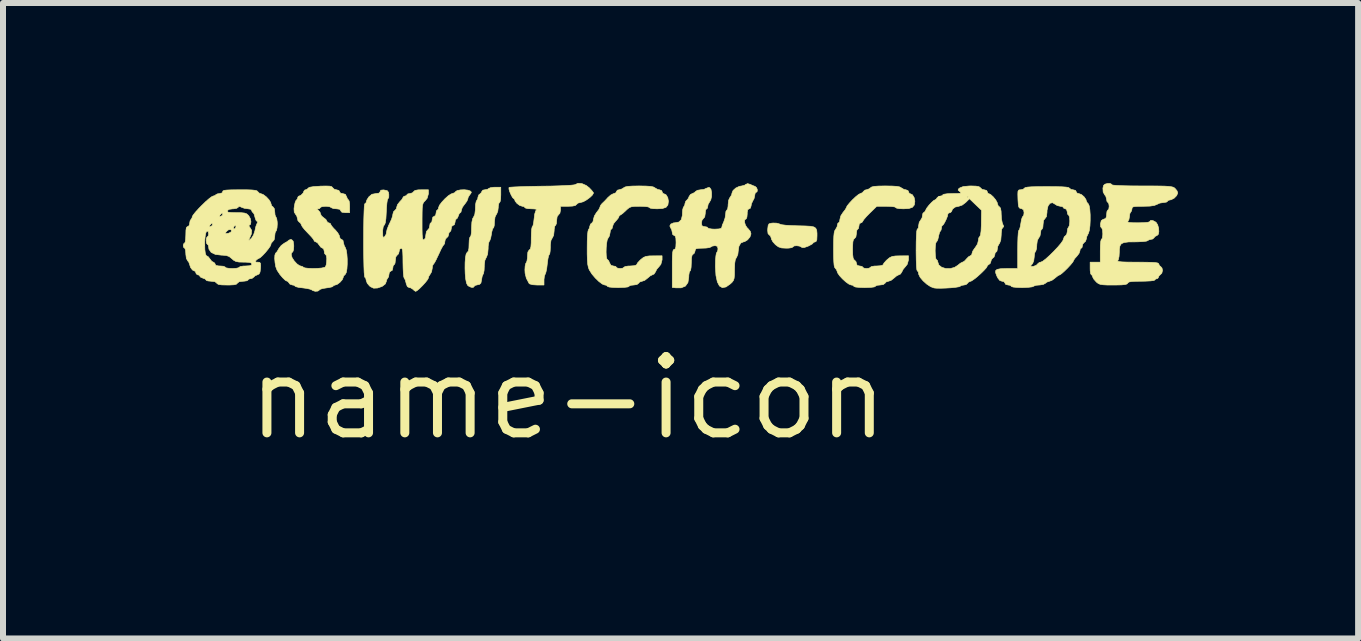
<source format=kicad_pcb>
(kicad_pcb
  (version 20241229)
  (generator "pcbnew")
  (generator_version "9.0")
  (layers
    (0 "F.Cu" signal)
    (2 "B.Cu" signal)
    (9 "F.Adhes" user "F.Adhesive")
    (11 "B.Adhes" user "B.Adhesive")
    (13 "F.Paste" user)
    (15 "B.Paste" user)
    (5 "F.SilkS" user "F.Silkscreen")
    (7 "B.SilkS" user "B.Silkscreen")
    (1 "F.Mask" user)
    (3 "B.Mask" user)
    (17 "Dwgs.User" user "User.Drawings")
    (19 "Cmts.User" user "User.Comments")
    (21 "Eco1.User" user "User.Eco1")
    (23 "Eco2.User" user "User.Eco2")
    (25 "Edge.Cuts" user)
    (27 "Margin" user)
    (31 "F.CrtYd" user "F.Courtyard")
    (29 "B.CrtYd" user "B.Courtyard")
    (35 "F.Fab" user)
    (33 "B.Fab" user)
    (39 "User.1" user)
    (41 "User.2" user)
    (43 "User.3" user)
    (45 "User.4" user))
  (footprint "name-icon"
    (layer "F.Cu")
    (at 6.418 3.584)
    (property "Reference" "name-icon" (at 0 0 0) (layer "F.SilkS") (effects (font (size 1.27 1.27) (thickness 0.15))))
    (attr through_hole)
    (fp_poly (pts (xy 3.475 -2.915) (xy 3.52 -2.903) (xy 3.525 -2.9) (xy 3.559 -2.889) (xy 3.63 -2.88) (xy 3.733 -2.874) (xy 3.831 -2.871) (xy 3.953 -2.868) (xy 4.039 -2.863) (xy 4.095 -2.852) (xy 4.127 -2.831) (xy 4.143 -2.797) (xy 4.148 -2.747) (xy 4.148 -2.704) (xy 4.145 -2.639) (xy 4.132 -2.609) (xy 4.117 -2.603) (xy 4.089 -2.594) (xy 4.085 -2.586) (xy 4.068 -2.568) (xy 4.023 -2.543) (xy 3.999 -2.531) (xy 3.936 -2.509) (xy 3.899 -2.509) (xy 3.889 -2.516) (xy 3.855 -2.533) (xy 3.808 -2.539) (xy 3.766 -2.535) (xy 3.747 -2.52) (xy 3.747 -2.519) (xy 3.727 -2.507) (xy 3.678 -2.499) (xy 3.634 -2.498) (xy 3.559 -2.502) (xy 3.505 -2.52) (xy 3.455 -2.557) (xy 3.454 -2.558) (xy 3.412 -2.605) (xy 3.388 -2.65) (xy 3.387 -2.661) (xy 3.372 -2.702) (xy 3.354 -2.717) (xy 3.332 -2.74) (xy 3.326 -2.79) (xy 3.327 -2.82) (xy 3.334 -2.877) (xy 3.349 -2.904) (xy 3.386 -2.914) (xy 3.415 -2.917) (xy 3.475 -2.915)) (stroke (width 0.01) (type solid)) (fill yes) (layer "F.SilkS"))
    (fp_poly (pts (xy -1.122 -3.387) (xy -1.125 -3.319) (xy -1.133 -3.273) (xy -1.143 -3.26) (xy -1.156 -3.241) (xy -1.164 -3.194) (xy -1.164 -3.177) (xy -1.172 -3.114) (xy -1.191 -3.067) (xy -1.196 -3.062) (xy -1.218 -3.017) (xy -1.227 -2.947) (xy -1.228 -2.933) (xy -1.231 -2.876) (xy -1.24 -2.841) (xy -1.246 -2.836) (xy -1.259 -2.817) (xy -1.272 -2.769) (xy -1.278 -2.731) (xy -1.29 -2.668) (xy -1.305 -2.624) (xy -1.313 -2.614) (xy -1.324 -2.587) (xy -1.332 -2.532) (xy -1.333 -2.487) (xy -1.341 -2.401) (xy -1.361 -2.347) (xy -1.365 -2.342) (xy -1.387 -2.295) (xy -1.397 -2.213) (xy -1.397 -2.196) (xy -1.4 -2.129) (xy -1.409 -2.079) (xy -1.417 -2.063) (xy -1.432 -2.029) (xy -1.442 -1.975) (xy -1.443 -1.968) (xy -1.453 -1.917) (xy -1.477 -1.894) (xy -1.508 -1.888) (xy -1.55 -1.877) (xy -1.566 -1.861) (xy -1.582 -1.844) (xy -1.618 -1.847) (xy -1.66 -1.867) (xy -1.677 -1.882) (xy -1.694 -1.919) (xy -1.707 -1.985) (xy -1.715 -2.07) (xy -1.718 -2.164) (xy -1.717 -2.256) (xy -1.711 -2.338) (xy -1.7 -2.398) (xy -1.684 -2.426) (xy -1.683 -2.427) (xy -1.663 -2.448) (xy -1.653 -2.498) (xy -1.651 -2.563) (xy -1.648 -2.63) (xy -1.639 -2.675) (xy -1.63 -2.688) (xy -1.619 -2.708) (xy -1.611 -2.76) (xy -1.609 -2.835) (xy -1.604 -2.931) (xy -1.591 -2.991) (xy -1.577 -3.013) (xy -1.555 -3.061) (xy -1.545 -3.144) (xy -1.545 -3.162) (xy -1.542 -3.228) (xy -1.532 -3.276) (xy -1.524 -3.291) (xy -1.506 -3.321) (xy -1.503 -3.346) (xy -1.489 -3.386) (xy -1.471 -3.4) (xy -1.443 -3.427) (xy -1.439 -3.442) (xy -1.421 -3.465) (xy -1.388 -3.471) (xy -1.343 -3.479) (xy -1.323 -3.493) (xy -1.296 -3.505) (xy -1.242 -3.513) (xy -1.216 -3.514) (xy -1.122 -3.514) (xy -1.122 -3.387)) (stroke (width 0.01) (type solid)) (fill yes) (layer "F.SilkS"))
    (fp_poly (pts (xy 0.231 -3.574) (xy 0.302 -3.543) (xy 0.35 -3.506) (xy 0.393 -3.461) (xy 0.419 -3.427) (xy 0.423 -3.417) (xy 0.406 -3.385) (xy 0.364 -3.344) (xy 0.308 -3.303) (xy 0.253 -3.272) (xy 0.21 -3.26) (xy 0.164 -3.249) (xy 0.141 -3.228) (xy 0.12 -3.209) (xy 0.071 -3.199) (xy 0.001 -3.196) (xy -0.127 -3.196) (xy -0.127 -3.132) (xy -0.137 -3.08) (xy -0.159 -3.056) (xy -0.183 -3.024) (xy -0.191 -2.961) (xy -0.195 -2.909) (xy -0.207 -2.88) (xy -0.212 -2.879) (xy -0.224 -2.86) (xy -0.232 -2.812) (xy -0.233 -2.786) (xy -0.241 -2.714) (xy -0.262 -2.669) (xy -0.265 -2.667) (xy -0.286 -2.627) (xy -0.296 -2.55) (xy -0.296 -2.516) (xy -0.299 -2.45) (xy -0.306 -2.405) (xy -0.314 -2.392) (xy -0.325 -2.372) (xy -0.336 -2.321) (xy -0.346 -2.249) (xy -0.347 -2.239) (xy -0.356 -2.161) (xy -0.369 -2.099) (xy -0.381 -2.066) (xy -0.382 -2.065) (xy -0.395 -2.032) (xy -0.402 -1.976) (xy -0.402 -1.964) (xy -0.402 -1.884) (xy -0.517 -1.884) (xy -0.591 -1.889) (xy -0.639 -1.902) (xy -0.65 -1.91) (xy -0.696 -1.997) (xy -0.717 -2.081) (xy -0.72 -2.139) (xy -0.716 -2.201) (xy -0.705 -2.245) (xy -0.699 -2.254) (xy -0.686 -2.282) (xy -0.678 -2.335) (xy -0.677 -2.362) (xy -0.671 -2.433) (xy -0.65 -2.467) (xy -0.646 -2.469) (xy -0.63 -2.484) (xy -0.62 -2.521) (xy -0.615 -2.585) (xy -0.614 -2.669) (xy -0.612 -2.753) (xy -0.607 -2.817) (xy -0.599 -2.853) (xy -0.595 -2.857) (xy -0.584 -2.877) (xy -0.574 -2.927) (xy -0.567 -2.986) (xy -0.556 -3.069) (xy -0.539 -3.122) (xy -0.528 -3.134) (xy -0.525 -3.146) (xy -0.564 -3.152) (xy -0.609 -3.154) (xy -0.671 -3.157) (xy -0.711 -3.167) (xy -0.72 -3.175) (xy -0.737 -3.192) (xy -0.762 -3.196) (xy -0.806 -3.21) (xy -0.852 -3.244) (xy -0.883 -3.283) (xy -0.889 -3.302) (xy -0.902 -3.323) (xy -0.906 -3.323) (xy -0.925 -3.341) (xy -0.949 -3.384) (xy -0.972 -3.437) (xy -0.986 -3.484) (xy -0.985 -3.51) (xy -0.96 -3.514) (xy -0.9 -3.518) (xy -0.808 -3.522) (xy -0.692 -3.526) (xy -0.557 -3.529) (xy -0.437 -3.531) (xy -0.287 -3.533) (xy -0.152 -3.537) (xy -0.039 -3.542) (xy 0.047 -3.547) (xy 0.1 -3.553) (xy 0.115 -3.557) (xy 0.165 -3.579) (xy 0.231 -3.574)) (stroke (width 0.01) (type solid)) (fill yes) (layer "F.SilkS"))
    (fp_poly (pts (xy 5.403 -3.533) (xy 5.479 -3.528) (xy 5.526 -3.519) (xy 5.553 -3.504) (xy 5.553 -3.503) (xy 5.6 -3.476) (xy 5.629 -3.471) (xy 5.664 -3.458) (xy 5.673 -3.44) (xy 5.685 -3.411) (xy 5.695 -3.408) (xy 5.737 -3.389) (xy 5.767 -3.341) (xy 5.779 -3.281) (xy 5.77 -3.218) (xy 5.738 -3.179) (xy 5.679 -3.159) (xy 5.59 -3.154) (xy 5.521 -3.157) (xy 5.475 -3.165) (xy 5.461 -3.175) (xy 5.441 -3.186) (xy 5.388 -3.193) (xy 5.31 -3.196) (xy 5.302 -3.196) (xy 5.144 -3.196) (xy 5.027 -3.082) (xy 4.971 -3.025) (xy 4.93 -2.977) (xy 4.911 -2.948) (xy 4.911 -2.945) (xy 4.894 -2.924) (xy 4.879 -2.921) (xy 4.853 -2.903) (xy 4.847 -2.868) (xy 4.84 -2.828) (xy 4.826 -2.815) (xy 4.812 -2.797) (xy 4.805 -2.751) (xy 4.805 -2.743) (xy 4.796 -2.686) (xy 4.773 -2.659) (xy 4.756 -2.643) (xy 4.746 -2.603) (xy 4.742 -2.533) (xy 4.741 -2.479) (xy 4.743 -2.39) (xy 4.75 -2.335) (xy 4.763 -2.306) (xy 4.773 -2.3) (xy 4.799 -2.271) (xy 4.805 -2.244) (xy 4.817 -2.211) (xy 4.858 -2.201) (xy 4.898 -2.194) (xy 4.911 -2.18) (xy 4.929 -2.165) (xy 4.973 -2.159) (xy 4.974 -2.159) (xy 5.019 -2.165) (xy 5.038 -2.18) (xy 5.038 -2.18) (xy 5.057 -2.192) (xy 5.105 -2.2) (xy 5.144 -2.201) (xy 5.204 -2.205) (xy 5.242 -2.215) (xy 5.249 -2.223) (xy 5.264 -2.249) (xy 5.3 -2.29) (xy 5.318 -2.307) (xy 5.36 -2.341) (xy 5.402 -2.36) (xy 5.457 -2.368) (xy 5.53 -2.37) (xy 5.673 -2.371) (xy 5.673 -2.304) (xy 5.652 -2.229) (xy 5.622 -2.191) (xy 5.584 -2.146) (xy 5.563 -2.104) (xy 5.539 -2.067) (xy 5.516 -2.057) (xy 5.474 -2.036) (xy 5.429 -1.998) (xy 5.383 -1.962) (xy 5.339 -1.947) (xy 5.339 -1.947) (xy 5.298 -1.934) (xy 5.284 -1.916) (xy 5.253 -1.892) (xy 5.197 -1.884) (xy 5.148 -1.879) (xy 5.123 -1.866) (xy 5.122 -1.863) (xy 5.102 -1.852) (xy 5.048 -1.845) (xy 4.966 -1.842) (xy 4.942 -1.841) (xy 4.855 -1.844) (xy 4.793 -1.85) (xy 4.764 -1.86) (xy 4.763 -1.863) (xy 4.745 -1.88) (xy 4.718 -1.884) (xy 4.68 -1.899) (xy 4.628 -1.936) (xy 4.572 -1.987) (xy 4.524 -2.039) (xy 4.493 -2.084) (xy 4.487 -2.102) (xy 4.472 -2.14) (xy 4.456 -2.159) (xy 4.442 -2.178) (xy 4.433 -2.214) (xy 4.428 -2.273) (xy 4.425 -2.363) (xy 4.424 -2.481) (xy 4.425 -2.605) (xy 4.428 -2.694) (xy 4.434 -2.753) (xy 4.444 -2.79) (xy 4.456 -2.808) (xy 4.482 -2.853) (xy 4.487 -2.88) (xy 4.496 -2.914) (xy 4.508 -2.921) (xy 4.524 -2.939) (xy 4.53 -2.979) (xy 4.545 -3.037) (xy 4.582 -3.094) (xy 4.583 -3.095) (xy 4.617 -3.138) (xy 4.635 -3.169) (xy 4.636 -3.172) (xy 4.65 -3.202) (xy 4.688 -3.249) (xy 4.738 -3.303) (xy 4.792 -3.354) (xy 4.839 -3.392) (xy 4.869 -3.408) (xy 4.87 -3.408) (xy 4.908 -3.424) (xy 4.918 -3.44) (xy 4.947 -3.466) (xy 4.971 -3.471) (xy 5.018 -3.487) (xy 5.038 -3.503) (xy 5.06 -3.518) (xy 5.103 -3.528) (xy 5.172 -3.533) (xy 5.276 -3.535) (xy 5.293 -3.535) (xy 5.403 -3.533)) (stroke (width 0.01) (type solid)) (fill yes) (layer "F.SilkS"))
    (fp_poly (pts (xy 1.296 -3.533) (xy 1.372 -3.528) (xy 1.419 -3.519) (xy 1.446 -3.504) (xy 1.447 -3.503) (xy 1.494 -3.476) (xy 1.522 -3.471) (xy 1.558 -3.458) (xy 1.566 -3.44) (xy 1.579 -3.411) (xy 1.589 -3.408) (xy 1.631 -3.389) (xy 1.661 -3.341) (xy 1.672 -3.281) (xy 1.663 -3.218) (xy 1.632 -3.179) (xy 1.572 -3.159) (xy 1.483 -3.154) (xy 1.415 -3.157) (xy 1.369 -3.165) (xy 1.355 -3.175) (xy 1.335 -3.186) (xy 1.282 -3.193) (xy 1.203 -3.196) (xy 1.195 -3.196) (xy 1.112 -3.195) (xy 1.058 -3.189) (xy 1.019 -3.174) (xy 0.983 -3.145) (xy 0.959 -3.122) (xy 0.912 -3.079) (xy 0.876 -3.053) (xy 0.865 -3.048) (xy 0.848 -3.031) (xy 0.847 -3.024) (xy 0.832 -2.994) (xy 0.798 -2.954) (xy 0.794 -2.951) (xy 0.757 -2.905) (xy 0.741 -2.86) (xy 0.741 -2.859) (xy 0.732 -2.824) (xy 0.72 -2.815) (xy 0.705 -2.797) (xy 0.699 -2.754) (xy 0.688 -2.701) (xy 0.667 -2.667) (xy 0.652 -2.637) (xy 0.642 -2.58) (xy 0.635 -2.508) (xy 0.633 -2.434) (xy 0.636 -2.367) (xy 0.644 -2.322) (xy 0.656 -2.307) (xy 0.676 -2.289) (xy 0.69 -2.254) (xy 0.714 -2.212) (xy 0.754 -2.201) (xy 0.792 -2.194) (xy 0.804 -2.18) (xy 0.823 -2.165) (xy 0.867 -2.159) (xy 0.868 -2.159) (xy 0.912 -2.165) (xy 0.931 -2.18) (xy 0.931 -2.18) (xy 0.95 -2.192) (xy 0.999 -2.2) (xy 1.037 -2.201) (xy 1.103 -2.206) (xy 1.139 -2.218) (xy 1.143 -2.225) (xy 1.158 -2.253) (xy 1.195 -2.293) (xy 1.212 -2.309) (xy 1.255 -2.343) (xy 1.297 -2.361) (xy 1.354 -2.369) (xy 1.423 -2.37) (xy 1.566 -2.371) (xy 1.566 -2.304) (xy 1.546 -2.229) (xy 1.516 -2.191) (xy 1.477 -2.146) (xy 1.457 -2.104) (xy 1.432 -2.067) (xy 1.41 -2.057) (xy 1.368 -2.036) (xy 1.323 -1.998) (xy 1.277 -1.962) (xy 1.233 -1.947) (xy 1.233 -1.947) (xy 1.192 -1.934) (xy 1.178 -1.916) (xy 1.147 -1.892) (xy 1.091 -1.884) (xy 1.042 -1.879) (xy 1.017 -1.866) (xy 1.016 -1.863) (xy 0.996 -1.852) (xy 0.941 -1.845) (xy 0.859 -1.842) (xy 0.836 -1.841) (xy 0.748 -1.844) (xy 0.686 -1.85) (xy 0.657 -1.86) (xy 0.656 -1.863) (xy 0.638 -1.88) (xy 0.612 -1.884) (xy 0.57 -1.9) (xy 0.514 -1.942) (xy 0.453 -2.001) (xy 0.397 -2.067) (xy 0.356 -2.132) (xy 0.353 -2.136) (xy 0.338 -2.176) (xy 0.327 -2.228) (xy 0.321 -2.302) (xy 0.318 -2.403) (xy 0.318 -2.5) (xy 0.319 -2.616) (xy 0.323 -2.71) (xy 0.33 -2.775) (xy 0.338 -2.804) (xy 0.339 -2.805) (xy 0.356 -2.834) (xy 0.36 -2.859) (xy 0.374 -2.9) (xy 0.392 -2.913) (xy 0.415 -2.941) (xy 0.423 -2.982) (xy 0.438 -3.035) (xy 0.472 -3.09) (xy 0.476 -3.095) (xy 0.511 -3.14) (xy 0.529 -3.176) (xy 0.529 -3.18) (xy 0.544 -3.215) (xy 0.566 -3.242) (xy 0.605 -3.279) (xy 0.653 -3.33) (xy 0.663 -3.342) (xy 0.71 -3.383) (xy 0.754 -3.406) (xy 0.764 -3.408) (xy 0.797 -3.422) (xy 0.804 -3.44) (xy 0.822 -3.465) (xy 0.848 -3.471) (xy 0.899 -3.486) (xy 0.924 -3.503) (xy 0.95 -3.518) (xy 0.996 -3.528) (xy 1.071 -3.533) (xy 1.18 -3.535) (xy 1.185 -3.535) (xy 1.296 -3.533)) (stroke (width 0.01) (type solid)) (fill yes) (layer "F.SilkS"))
    (fp_poly (pts (xy 9.033 -3.576) (xy 9.058 -3.563) (xy 9.059 -3.556) (xy 9.08 -3.549) (xy 9.141 -3.543) (xy 9.241 -3.539) (xy 9.377 -3.536) (xy 9.548 -3.535) (xy 9.564 -3.535) (xy 9.724 -3.535) (xy 9.848 -3.534) (xy 9.94 -3.532) (xy 10.006 -3.528) (xy 10.052 -3.522) (xy 10.082 -3.515) (xy 10.103 -3.504) (xy 10.114 -3.495) (xy 10.148 -3.454) (xy 10.16 -3.418) (xy 10.142 -3.374) (xy 10.1 -3.331) (xy 10.049 -3.305) (xy 10.03 -3.302) (xy 9.997 -3.292) (xy 9.991 -3.281) (xy 9.972 -3.266) (xy 9.927 -3.259) (xy 9.922 -3.259) (xy 9.86 -3.249) (xy 9.812 -3.227) (xy 9.77 -3.21) (xy 9.697 -3.199) (xy 9.587 -3.196) (xy 9.584 -3.196) (xy 9.495 -3.195) (xy 9.44 -3.192) (xy 9.411 -3.184) (xy 9.399 -3.169) (xy 9.398 -3.155) (xy 9.388 -3.115) (xy 9.377 -3.101) (xy 9.361 -3.072) (xy 9.356 -3.03) (xy 9.347 -2.977) (xy 9.33 -2.946) (xy 9.327 -2.934) (xy 9.35 -2.926) (xy 9.405 -2.922) (xy 9.497 -2.921) (xy 9.5 -2.921) (xy 9.592 -2.923) (xy 9.659 -2.929) (xy 9.692 -2.938) (xy 9.694 -2.942) (xy 9.709 -2.961) (xy 9.746 -2.958) (xy 9.791 -2.934) (xy 9.8 -2.927) (xy 9.825 -2.888) (xy 9.841 -2.833) (xy 9.845 -2.776) (xy 9.837 -2.73) (xy 9.816 -2.71) (xy 9.813 -2.709) (xy 9.78 -2.692) (xy 9.771 -2.678) (xy 9.743 -2.651) (xy 9.717 -2.646) (xy 9.677 -2.636) (xy 9.663 -2.625) (xy 9.637 -2.615) (xy 9.579 -2.608) (xy 9.498 -2.604) (xy 9.448 -2.603) (xy 9.339 -2.602) (xy 9.265 -2.592) (xy 9.22 -2.572) (xy 9.196 -2.535) (xy 9.187 -2.478) (xy 9.186 -2.429) (xy 9.182 -2.361) (xy 9.17 -2.308) (xy 9.161 -2.29) (xy 9.16 -2.281) (xy 9.183 -2.274) (xy 9.234 -2.269) (xy 9.318 -2.266) (xy 9.437 -2.265) (xy 9.489 -2.265) (xy 9.623 -2.264) (xy 9.719 -2.262) (xy 9.784 -2.258) (xy 9.822 -2.252) (xy 9.84 -2.243) (xy 9.842 -2.235) (xy 9.86 -2.203) (xy 9.874 -2.194) (xy 9.898 -2.166) (xy 9.906 -2.127) (xy 9.895 -2.082) (xy 9.874 -2.061) (xy 9.846 -2.034) (xy 9.842 -2.019) (xy 9.826 -1.993) (xy 9.811 -1.99) (xy 9.783 -1.978) (xy 9.779 -1.968) (xy 9.759 -1.959) (xy 9.702 -1.952) (xy 9.615 -1.948) (xy 9.559 -1.947) (xy 9.456 -1.946) (xy 9.388 -1.942) (xy 9.348 -1.934) (xy 9.329 -1.92) (xy 9.327 -1.916) (xy 9.313 -1.901) (xy 9.281 -1.892) (xy 9.223 -1.886) (xy 9.133 -1.884) (xy 9.086 -1.884) (xy 8.984 -1.884) (xy 8.915 -1.888) (xy 8.869 -1.895) (xy 8.837 -1.908) (xy 8.809 -1.929) (xy 8.8 -1.938) (xy 8.762 -1.981) (xy 8.742 -2.018) (xy 8.742 -2.022) (xy 8.73 -2.05) (xy 8.721 -2.053) (xy 8.709 -2.072) (xy 8.701 -2.121) (xy 8.7 -2.159) (xy 8.7 -2.265) (xy 8.869 -2.265) (xy 8.869 -2.455) (xy 8.871 -2.547) (xy 8.877 -2.612) (xy 8.886 -2.644) (xy 8.89 -2.646) (xy 8.903 -2.665) (xy 8.91 -2.713) (xy 8.911 -2.741) (xy 8.907 -2.799) (xy 8.895 -2.832) (xy 8.889 -2.836) (xy 8.875 -2.855) (xy 8.872 -2.9) (xy 8.873 -2.905) (xy 8.885 -2.957) (xy 8.916 -2.978) (xy 8.927 -2.981) (xy 8.96 -2.994) (xy 8.973 -3.028) (xy 8.975 -3.06) (xy 8.98 -3.108) (xy 8.993 -3.132) (xy 8.996 -3.133) (xy 9.011 -3.151) (xy 9.017 -3.195) (xy 9.017 -3.196) (xy 9.011 -3.241) (xy 8.996 -3.26) (xy 8.996 -3.26) (xy 8.98 -3.278) (xy 8.975 -3.31) (xy 8.962 -3.361) (xy 8.943 -3.387) (xy 8.917 -3.433) (xy 8.913 -3.498) (xy 8.924 -3.544) (xy 8.948 -3.565) (xy 8.99 -3.576) (xy 9.033 -3.576)) (stroke (width 0.01) (type solid)) (fill yes) (layer "F.SilkS"))
    (fp_poly (pts (xy 3.032 -3.562) (xy 3.085 -3.539) (xy 3.117 -3.527) (xy 3.142 -3.504) (xy 3.154 -3.469) (xy 3.149 -3.438) (xy 3.133 -3.429) (xy 3.116 -3.411) (xy 3.111 -3.38) (xy 3.099 -3.324) (xy 3.08 -3.29) (xy 3.055 -3.237) (xy 3.049 -3.201) (xy 3.036 -3.163) (xy 3.016 -3.154) (xy 2.994 -3.14) (xy 2.985 -3.094) (xy 2.985 -3.069) (xy 2.98 -3.016) (xy 2.968 -2.987) (xy 2.963 -2.985) (xy 2.943 -2.969) (xy 2.941 -2.93) (xy 2.955 -2.882) (xy 2.982 -2.84) (xy 2.995 -2.828) (xy 3.036 -2.779) (xy 3.048 -2.736) (xy 3.031 -2.685) (xy 2.991 -2.637) (xy 2.942 -2.607) (xy 2.925 -2.604) (xy 2.878 -2.584) (xy 2.847 -2.53) (xy 2.836 -2.458) (xy 2.829 -2.395) (xy 2.809 -2.348) (xy 2.805 -2.342) (xy 2.787 -2.309) (xy 2.777 -2.248) (xy 2.773 -2.153) (xy 2.773 -2.138) (xy 2.772 -2.052) (xy 2.767 -1.997) (xy 2.755 -1.96) (xy 2.732 -1.929) (xy 2.705 -1.904) (xy 2.632 -1.852) (xy 2.571 -1.84) (xy 2.522 -1.868) (xy 2.487 -1.936) (xy 2.464 -2.042) (xy 2.455 -2.186) (xy 2.455 -2.207) (xy 2.457 -2.297) (xy 2.463 -2.369) (xy 2.471 -2.414) (xy 2.477 -2.424) (xy 2.493 -2.453) (xy 2.498 -2.488) (xy 2.488 -2.528) (xy 2.453 -2.54) (xy 2.446 -2.54) (xy 2.401 -2.532) (xy 2.381 -2.519) (xy 2.355 -2.508) (xy 2.299 -2.5) (xy 2.242 -2.498) (xy 2.172 -2.496) (xy 2.134 -2.489) (xy 2.119 -2.474) (xy 2.117 -2.455) (xy 2.103 -2.414) (xy 2.085 -2.399) (xy 2.066 -2.38) (xy 2.056 -2.333) (xy 2.053 -2.252) (xy 2.053 -2.252) (xy 2.05 -2.181) (xy 2.042 -2.132) (xy 2.032 -2.117) (xy 2.02 -2.098) (xy 2.012 -2.049) (xy 2.011 -2.016) (xy 1.997 -1.925) (xy 1.955 -1.866) (xy 1.884 -1.837) (xy 1.794 -1.837) (xy 1.736 -1.844) (xy 1.736 -2.16) (xy 1.736 -2.284) (xy 1.738 -2.372) (xy 1.743 -2.429) (xy 1.75 -2.461) (xy 1.76 -2.475) (xy 1.767 -2.477) (xy 1.787 -2.487) (xy 1.796 -2.524) (xy 1.799 -2.593) (xy 1.796 -2.663) (xy 1.786 -2.699) (xy 1.767 -2.709) (xy 1.742 -2.727) (xy 1.736 -2.758) (xy 1.726 -2.807) (xy 1.712 -2.831) (xy 1.695 -2.868) (xy 1.713 -2.901) (xy 1.759 -2.92) (xy 1.779 -2.921) (xy 1.847 -2.934) (xy 1.887 -2.974) (xy 1.904 -3.046) (xy 1.905 -3.077) (xy 1.909 -3.137) (xy 1.92 -3.178) (xy 1.926 -3.186) (xy 1.944 -3.216) (xy 1.947 -3.239) (xy 1.961 -3.281) (xy 1.977 -3.296) (xy 2.005 -3.329) (xy 2.014 -3.355) (xy 2.039 -3.393) (xy 2.064 -3.405) (xy 2.107 -3.425) (xy 2.123 -3.442) (xy 2.154 -3.462) (xy 2.206 -3.471) (xy 2.209 -3.471) (xy 2.264 -3.478) (xy 2.301 -3.495) (xy 2.302 -3.495) (xy 2.34 -3.51) (xy 2.359 -3.507) (xy 2.381 -3.478) (xy 2.391 -3.424) (xy 2.391 -3.361) (xy 2.378 -3.304) (xy 2.36 -3.273) (xy 2.333 -3.227) (xy 2.328 -3.198) (xy 2.32 -3.162) (xy 2.307 -3.154) (xy 2.293 -3.135) (xy 2.286 -3.089) (xy 2.286 -3.079) (xy 2.277 -3.019) (xy 2.254 -2.992) (xy 2.231 -2.963) (xy 2.223 -2.919) (xy 2.229 -2.874) (xy 2.255 -2.859) (xy 2.275 -2.857) (xy 2.315 -2.85) (xy 2.328 -2.836) (xy 2.347 -2.825) (xy 2.397 -2.817) (xy 2.445 -2.815) (xy 2.517 -2.819) (xy 2.553 -2.83) (xy 2.561 -2.844) (xy 2.57 -2.883) (xy 2.593 -2.934) (xy 2.616 -3.002) (xy 2.625 -3.064) (xy 2.63 -3.111) (xy 2.644 -3.132) (xy 2.646 -3.133) (xy 2.659 -3.152) (xy 2.666 -3.199) (xy 2.667 -3.225) (xy 2.675 -3.297) (xy 2.696 -3.342) (xy 2.699 -3.344) (xy 2.725 -3.386) (xy 2.731 -3.416) (xy 2.749 -3.459) (xy 2.794 -3.5) (xy 2.853 -3.528) (xy 2.894 -3.535) (xy 2.941 -3.547) (xy 2.959 -3.56) (xy 2.992 -3.574) (xy 3.032 -3.562)) (stroke (width 0.01) (type solid)) (fill yes) (layer "F.SilkS"))
    (fp_poly (pts (xy 8.122 -3.523) (xy 8.227 -3.521) (xy 8.298 -3.516) (xy 8.339 -3.509) (xy 8.355 -3.498) (xy 8.356 -3.498) (xy 8.381 -3.477) (xy 8.416 -3.471) (xy 8.457 -3.46) (xy 8.467 -3.44) (xy 8.484 -3.414) (xy 8.511 -3.408) (xy 8.556 -3.391) (xy 8.601 -3.352) (xy 8.631 -3.307) (xy 8.635 -3.289) (xy 8.651 -3.256) (xy 8.668 -3.239) (xy 8.684 -3.204) (xy 8.695 -3.139) (xy 8.701 -3.054) (xy 8.701 -2.961) (xy 8.697 -2.871) (xy 8.687 -2.796) (xy 8.672 -2.746) (xy 8.668 -2.74) (xy 8.643 -2.688) (xy 8.637 -2.653) (xy 8.623 -2.612) (xy 8.604 -2.596) (xy 8.578 -2.567) (xy 8.572 -2.541) (xy 8.564 -2.506) (xy 8.551 -2.498) (xy 8.534 -2.48) (xy 8.53 -2.454) (xy 8.515 -2.411) (xy 8.479 -2.364) (xy 8.477 -2.362) (xy 8.441 -2.322) (xy 8.424 -2.292) (xy 8.424 -2.29) (xy 8.41 -2.265) (xy 8.374 -2.221) (xy 8.325 -2.168) (xy 8.272 -2.116) (xy 8.226 -2.075) (xy 8.196 -2.054) (xy 8.192 -2.053) (xy 8.165 -2.04) (xy 8.123 -2.007) (xy 8.115 -2) (xy 8.068 -1.965) (xy 8.026 -1.948) (xy 8.022 -1.947) (xy 7.978 -1.932) (xy 7.959 -1.916) (xy 7.92 -1.894) (xy 7.859 -1.884) (xy 7.851 -1.884) (xy 7.796 -1.879) (xy 7.761 -1.866) (xy 7.758 -1.863) (xy 7.732 -1.853) (xy 7.674 -1.846) (xy 7.596 -1.842) (xy 7.566 -1.841) (xy 7.479 -1.844) (xy 7.417 -1.85) (xy 7.388 -1.86) (xy 7.387 -1.863) (xy 7.369 -1.879) (xy 7.334 -1.884) (xy 7.292 -1.895) (xy 7.281 -1.916) (xy 7.263 -1.941) (xy 7.232 -1.947) (xy 7.195 -1.959) (xy 7.163 -1.999) (xy 7.145 -2.034) (xy 7.125 -2.088) (xy 7.125 -2.123) (xy 7.149 -2.144) (xy 7.203 -2.155) (xy 7.293 -2.158) (xy 7.329 -2.159) (xy 7.493 -2.159) (xy 7.493 -2.203) (xy 7.709 -2.203) (xy 7.716 -2.192) (xy 7.759 -2.196) (xy 7.804 -2.214) (xy 7.825 -2.236) (xy 7.853 -2.26) (xy 7.877 -2.265) (xy 7.91 -2.28) (xy 7.962 -2.32) (xy 8.025 -2.377) (xy 8.093 -2.444) (xy 8.158 -2.513) (xy 8.211 -2.575) (xy 8.246 -2.625) (xy 8.255 -2.649) (xy 8.269 -2.688) (xy 8.287 -2.702) (xy 8.31 -2.73) (xy 8.319 -2.774) (xy 8.325 -2.822) (xy 8.34 -2.847) (xy 8.353 -2.874) (xy 8.36 -2.928) (xy 8.361 -2.954) (xy 8.357 -3.01) (xy 8.346 -3.044) (xy 8.34 -3.048) (xy 8.324 -3.066) (xy 8.319 -3.101) (xy 8.307 -3.143) (xy 8.287 -3.154) (xy 8.259 -3.165) (xy 8.255 -3.175) (xy 8.237 -3.191) (xy 8.204 -3.196) (xy 8.15 -3.209) (xy 8.12 -3.228) (xy 8.073 -3.256) (xy 8.031 -3.246) (xy 7.999 -3.203) (xy 7.982 -3.13) (xy 7.981 -3.095) (xy 7.972 -3.024) (xy 7.948 -2.992) (xy 7.948 -2.992) (xy 7.924 -2.961) (xy 7.916 -2.898) (xy 7.912 -2.845) (xy 7.9 -2.817) (xy 7.895 -2.815) (xy 7.88 -2.797) (xy 7.874 -2.754) (xy 7.864 -2.701) (xy 7.842 -2.667) (xy 7.82 -2.626) (xy 7.811 -2.557) (xy 7.811 -2.549) (xy 7.806 -2.49) (xy 7.795 -2.451) (xy 7.789 -2.445) (xy 7.776 -2.417) (xy 7.769 -2.364) (xy 7.768 -2.35) (xy 7.76 -2.288) (xy 7.741 -2.241) (xy 7.736 -2.236) (xy 7.709 -2.203) (xy 7.493 -2.203) (xy 7.493 -2.477) (xy 7.494 -2.587) (xy 7.497 -2.681) (xy 7.502 -2.75) (xy 7.508 -2.789) (xy 7.512 -2.794) (xy 7.524 -2.813) (xy 7.537 -2.862) (xy 7.545 -2.91) (xy 7.556 -2.974) (xy 7.57 -3.016) (xy 7.579 -3.027) (xy 7.593 -3.045) (xy 7.599 -3.089) (xy 7.591 -3.136) (xy 7.561 -3.156) (xy 7.551 -3.158) (xy 7.526 -3.165) (xy 7.511 -3.184) (xy 7.503 -3.224) (xy 7.498 -3.294) (xy 7.497 -3.318) (xy 7.495 -3.397) (xy 7.497 -3.443) (xy 7.507 -3.464) (xy 7.526 -3.471) (xy 7.543 -3.471) (xy 7.586 -3.481) (xy 7.604 -3.498) (xy 7.619 -3.508) (xy 7.659 -3.516) (xy 7.728 -3.521) (xy 7.83 -3.523) (xy 7.971 -3.524) (xy 7.98 -3.524) (xy 8.122 -3.523)) (stroke (width 0.01) (type solid)) (fill yes) (layer "F.SilkS"))
    (fp_poly (pts (xy -3.977 -3.532) (xy -3.943 -3.525) (xy -3.927 -3.511) (xy -3.924 -3.505) (xy -3.895 -3.479) (xy -3.861 -3.471) (xy -3.82 -3.46) (xy -3.81 -3.44) (xy -3.792 -3.414) (xy -3.757 -3.408) (xy -3.712 -3.395) (xy -3.692 -3.355) (xy -3.675 -3.315) (xy -3.66 -3.302) (xy -3.649 -3.283) (xy -3.642 -3.234) (xy -3.641 -3.196) (xy -3.641 -3.09) (xy -3.715 -3.09) (xy -3.77 -3.097) (xy -3.789 -3.119) (xy -3.789 -3.122) (xy -3.805 -3.146) (xy -3.857 -3.154) (xy -3.862 -3.154) (xy -3.914 -3.159) (xy -3.946 -3.173) (xy -3.948 -3.175) (xy -3.975 -3.189) (xy -4.028 -3.196) (xy -4.044 -3.196) (xy -4.097 -3.191) (xy -4.126 -3.18) (xy -4.128 -3.175) (xy -4.145 -3.157) (xy -4.165 -3.153) (xy -4.19 -3.151) (xy -4.179 -3.14) (xy -4.165 -3.131) (xy -4.134 -3.096) (xy -4.128 -3.072) (xy -4.11 -3.035) (xy -4.075 -3.006) (xy -4.036 -2.976) (xy -4.022 -2.949) (xy -4.005 -2.924) (xy -3.99 -2.921) (xy -3.962 -2.909) (xy -3.958 -2.898) (xy -3.944 -2.872) (xy -3.908 -2.829) (xy -3.884 -2.806) (xy -3.84 -2.755) (xy -3.813 -2.708) (xy -3.81 -2.691) (xy -3.797 -2.654) (xy -3.778 -2.646) (xy -3.752 -2.628) (xy -3.746 -2.598) (xy -3.732 -2.543) (xy -3.714 -2.509) (xy -3.698 -2.468) (xy -3.687 -2.4) (xy -3.681 -2.318) (xy -3.681 -2.232) (xy -3.686 -2.153) (xy -3.697 -2.093) (xy -3.713 -2.062) (xy -3.715 -2.061) (xy -3.743 -2.032) (xy -3.747 -2.014) (xy -3.764 -1.972) (xy -3.804 -1.927) (xy -3.851 -1.893) (xy -3.882 -1.884) (xy -3.911 -1.874) (xy -3.916 -1.865) (xy -3.935 -1.853) (xy -3.984 -1.842) (xy -4.026 -1.836) (xy -4.09 -1.826) (xy -4.133 -1.812) (xy -4.144 -1.802) (xy -4.17 -1.783) (xy -4.214 -1.779) (xy -4.257 -1.792) (xy -4.269 -1.801) (xy -4.301 -1.815) (xy -4.361 -1.828) (xy -4.421 -1.836) (xy -4.489 -1.844) (xy -4.536 -1.856) (xy -4.551 -1.866) (xy -4.569 -1.88) (xy -4.594 -1.884) (xy -4.635 -1.898) (xy -4.649 -1.916) (xy -4.671 -1.944) (xy -4.682 -1.947) (xy -4.713 -1.963) (xy -4.757 -2.005) (xy -4.804 -2.061) (xy -4.844 -2.121) (xy -4.852 -2.135) (xy -4.872 -2.188) (xy -4.884 -2.256) (xy -4.89 -2.325) (xy -4.887 -2.382) (xy -4.875 -2.414) (xy -4.872 -2.417) (xy -4.851 -2.439) (xy -4.825 -2.484) (xy -4.824 -2.487) (xy -4.782 -2.542) (xy -4.731 -2.58) (xy -4.683 -2.607) (xy -4.654 -2.63) (xy -4.654 -2.631) (xy -4.625 -2.643) (xy -4.606 -2.639) (xy -4.582 -2.614) (xy -4.573 -2.557) (xy -4.572 -2.53) (xy -4.576 -2.473) (xy -4.587 -2.439) (xy -4.593 -2.434) (xy -4.61 -2.416) (xy -4.614 -2.386) (xy -4.6 -2.34) (xy -4.565 -2.286) (xy -4.52 -2.237) (xy -4.476 -2.206) (xy -4.458 -2.201) (xy -4.421 -2.189) (xy -4.413 -2.18) (xy -4.386 -2.169) (xy -4.329 -2.162) (xy -4.255 -2.159) (xy -4.177 -2.161) (xy -4.108 -2.167) (xy -4.059 -2.178) (xy -4.047 -2.184) (xy -4.032 -2.217) (xy -4.024 -2.269) (xy -4.022 -2.326) (xy -4.028 -2.372) (xy -4.042 -2.392) (xy -4.043 -2.392) (xy -4.059 -2.41) (xy -4.064 -2.445) (xy -4.074 -2.485) (xy -4.092 -2.498) (xy -4.122 -2.515) (xy -4.149 -2.551) (xy -4.178 -2.589) (xy -4.205 -2.603) (xy -4.231 -2.616) (xy -4.233 -2.625) (xy -4.247 -2.65) (xy -4.284 -2.694) (xy -4.336 -2.749) (xy -4.339 -2.752) (xy -4.392 -2.808) (xy -4.43 -2.856) (xy -4.445 -2.886) (xy -4.445 -2.887) (xy -4.462 -2.92) (xy -4.477 -2.929) (xy -4.503 -2.957) (xy -4.508 -2.985) (xy -4.523 -3.036) (xy -4.543 -3.064) (xy -4.564 -3.099) (xy -4.568 -3.154) (xy -4.563 -3.195) (xy -4.551 -3.254) (xy -4.536 -3.292) (xy -4.529 -3.298) (xy -4.51 -3.323) (xy -4.508 -3.336) (xy -4.496 -3.363) (xy -4.486 -3.365) (xy -4.45 -3.382) (xy -4.416 -3.417) (xy -4.403 -3.449) (xy -4.386 -3.469) (xy -4.373 -3.471) (xy -4.34 -3.487) (xy -4.334 -3.498) (xy -4.308 -3.513) (xy -4.243 -3.524) (xy -4.136 -3.531) (xy -4.131 -3.532) (xy -4.037 -3.534) (xy -3.977 -3.532)) (stroke (width 0.01) (type solid)) (fill yes) (layer "F.SilkS"))
    (fp_poly (pts (xy 6.798 -3.532) (xy 6.847 -3.523) (xy 6.87 -3.507) (xy 6.872 -3.503) (xy 6.9 -3.478) (xy 6.934 -3.471) (xy 6.975 -3.46) (xy 6.985 -3.44) (xy 6.997 -3.411) (xy 7.008 -3.408) (xy 7.042 -3.392) (xy 7.086 -3.352) (xy 7.126 -3.303) (xy 7.151 -3.258) (xy 7.154 -3.242) (xy 7.169 -3.202) (xy 7.186 -3.189) (xy 7.206 -3.166) (xy 7.216 -3.113) (xy 7.218 -3.059) (xy 7.223 -2.984) (xy 7.235 -2.922) (xy 7.244 -2.897) (xy 7.26 -2.861) (xy 7.249 -2.844) (xy 7.244 -2.842) (xy 7.227 -2.815) (xy 7.219 -2.752) (xy 7.218 -2.72) (xy 7.211 -2.634) (xy 7.191 -2.58) (xy 7.186 -2.575) (xy 7.161 -2.53) (xy 7.154 -2.489) (xy 7.147 -2.448) (xy 7.133 -2.434) (xy 7.116 -2.416) (xy 7.112 -2.391) (xy 7.098 -2.35) (xy 7.08 -2.336) (xy 7.054 -2.307) (xy 7.048 -2.283) (xy 7.034 -2.243) (xy 7.017 -2.23) (xy 6.989 -2.209) (xy 6.985 -2.198) (xy 6.97 -2.171) (xy 6.93 -2.127) (xy 6.876 -2.074) (xy 6.817 -2.021) (xy 6.762 -1.978) (xy 6.721 -1.951) (xy 6.708 -1.947) (xy 6.671 -1.931) (xy 6.66 -1.916) (xy 6.632 -1.891) (xy 6.596 -1.884) (xy 6.554 -1.877) (xy 6.537 -1.865) (xy 6.514 -1.855) (xy 6.459 -1.846) (xy 6.384 -1.838) (xy 6.298 -1.833) (xy 6.212 -1.83) (xy 6.138 -1.831) (xy 6.099 -1.835) (xy 6.042 -1.856) (xy 5.977 -1.899) (xy 5.916 -1.954) (xy 5.867 -2.012) (xy 5.843 -2.062) (xy 5.842 -2.072) (xy 5.834 -2.108) (xy 5.821 -2.117) (xy 5.812 -2.137) (xy 5.806 -2.197) (xy 5.802 -2.293) (xy 5.8 -2.421) (xy 5.8 -2.455) (xy 6.117 -2.455) (xy 6.12 -2.379) (xy 6.127 -2.327) (xy 6.138 -2.307) (xy 6.138 -2.307) (xy 6.157 -2.29) (xy 6.16 -2.272) (xy 6.178 -2.218) (xy 6.226 -2.18) (xy 6.292 -2.159) (xy 6.368 -2.158) (xy 6.441 -2.178) (xy 6.494 -2.212) (xy 6.537 -2.247) (xy 6.571 -2.264) (xy 6.574 -2.265) (xy 6.603 -2.28) (xy 6.638 -2.317) (xy 6.638 -2.318) (xy 6.674 -2.355) (xy 6.704 -2.371) (xy 6.704 -2.371) (xy 6.727 -2.388) (xy 6.731 -2.41) (xy 6.745 -2.451) (xy 6.778 -2.5) (xy 6.784 -2.506) (xy 6.823 -2.567) (xy 6.837 -2.624) (xy 6.844 -2.67) (xy 6.861 -2.693) (xy 6.873 -2.718) (xy 6.882 -2.783) (xy 6.887 -2.885) (xy 6.887 -2.915) (xy 6.89 -3.13) (xy 6.789 -3.226) (xy 6.689 -3.322) (xy 6.625 -3.259) (xy 6.568 -3.216) (xy 6.513 -3.197) (xy 6.507 -3.196) (xy 6.451 -3.183) (xy 6.407 -3.15) (xy 6.392 -3.113) (xy 6.375 -3.093) (xy 6.361 -3.09) (xy 6.332 -3.077) (xy 6.329 -3.066) (xy 6.321 -3.028) (xy 6.3 -2.976) (xy 6.275 -2.925) (xy 6.252 -2.888) (xy 6.24 -2.879) (xy 6.226 -2.861) (xy 6.223 -2.838) (xy 6.215 -2.798) (xy 6.205 -2.785) (xy 6.19 -2.759) (xy 6.176 -2.707) (xy 6.173 -2.689) (xy 6.16 -2.636) (xy 6.143 -2.606) (xy 6.138 -2.603) (xy 6.128 -2.584) (xy 6.12 -2.532) (xy 6.117 -2.458) (xy 6.117 -2.455) (xy 5.8 -2.455) (xy 5.8 -2.466) (xy 5.801 -2.604) (xy 5.805 -2.709) (xy 5.81 -2.78) (xy 5.818 -2.813) (xy 5.821 -2.815) (xy 5.836 -2.833) (xy 5.842 -2.876) (xy 5.852 -2.93) (xy 5.874 -2.963) (xy 5.899 -3.004) (xy 5.905 -3.04) (xy 5.913 -3.079) (xy 5.925 -3.09) (xy 5.947 -3.108) (xy 5.957 -3.128) (xy 5.978 -3.167) (xy 6.016 -3.216) (xy 6.059 -3.262) (xy 6.097 -3.295) (xy 6.114 -3.302) (xy 6.138 -3.319) (xy 6.146 -3.334) (xy 6.169 -3.355) (xy 6.646 -3.355) (xy 6.657 -3.344) (xy 6.668 -3.355) (xy 6.657 -3.365) (xy 6.646 -3.355) (xy 6.169 -3.355) (xy 6.175 -3.36) (xy 6.201 -3.365) (xy 6.236 -3.374) (xy 6.244 -3.387) (xy 6.264 -3.397) (xy 6.318 -3.405) (xy 6.397 -3.408) (xy 6.407 -3.408) (xy 6.488 -3.409) (xy 6.532 -3.412) (xy 6.547 -3.419) (xy 6.538 -3.432) (xy 6.529 -3.44) (xy 6.5 -3.465) (xy 6.505 -3.484) (xy 6.529 -3.503) (xy 6.585 -3.525) (xy 6.681 -3.534) (xy 6.715 -3.535) (xy 6.798 -3.532)) (stroke (width 0.01) (type solid)) (fill yes) (layer "F.SilkS"))
    (fp_poly (pts (xy -1.67 -3.465) (xy -1.631 -3.451) (xy -1.612 -3.432) (xy -1.623 -3.407) (xy -1.636 -3.392) (xy -1.664 -3.349) (xy -1.672 -3.319) (xy -1.686 -3.283) (xy -1.719 -3.237) (xy -1.725 -3.23) (xy -1.761 -3.181) (xy -1.778 -3.136) (xy -1.778 -3.132) (xy -1.786 -3.098) (xy -1.797 -3.09) (xy -1.816 -3.072) (xy -1.829 -3.037) (xy -1.846 -2.998) (xy -1.863 -2.985) (xy -1.879 -2.966) (xy -1.884 -2.932) (xy -1.895 -2.889) (xy -1.916 -2.879) (xy -1.941 -2.86) (xy -1.947 -2.826) (xy -1.955 -2.786) (xy -1.968 -2.773) (xy -1.986 -2.755) (xy -1.99 -2.73) (xy -2.003 -2.689) (xy -2.021 -2.675) (xy -2.046 -2.646) (xy -2.053 -2.614) (xy -2.059 -2.573) (xy -2.069 -2.558) (xy -2.087 -2.536) (xy -2.113 -2.489) (xy -2.122 -2.471) (xy -2.157 -2.395) (xy -2.194 -2.318) (xy -2.196 -2.312) (xy -2.223 -2.261) (xy -2.244 -2.23) (xy -2.249 -2.226) (xy -2.26 -2.202) (xy -2.265 -2.159) (xy -2.276 -2.103) (xy -2.297 -2.067) (xy -2.323 -2.026) (xy -2.328 -2.002) (xy -2.342 -1.974) (xy -2.378 -1.928) (xy -2.426 -1.875) (xy -2.476 -1.825) (xy -2.518 -1.79) (xy -2.54 -1.778) (xy -2.565 -1.792) (xy -2.582 -1.81) (xy -2.624 -1.837) (xy -2.647 -1.841) (xy -2.679 -1.857) (xy -2.698 -1.907) (xy -2.7 -1.916) (xy -2.714 -1.968) (xy -2.731 -2) (xy -2.733 -2.002) (xy -2.74 -2.026) (xy -2.746 -2.084) (xy -2.75 -2.167) (xy -2.752 -2.255) (xy -2.753 -2.362) (xy -2.756 -2.433) (xy -2.762 -2.475) (xy -2.772 -2.494) (xy -2.783 -2.498) (xy -2.809 -2.479) (xy -2.815 -2.447) (xy -2.827 -2.403) (xy -2.847 -2.384) (xy -2.871 -2.354) (xy -2.879 -2.297) (xy -2.884 -2.248) (xy -2.897 -2.223) (xy -2.9 -2.223) (xy -2.916 -2.204) (xy -2.921 -2.17) (xy -2.932 -2.127) (xy -2.953 -2.117) (xy -2.978 -2.098) (xy -2.985 -2.065) (xy -2.992 -2.02) (xy -3.006 -2) (xy -3.024 -1.97) (xy -3.027 -1.951) (xy -3.046 -1.902) (xy -3.099 -1.861) (xy -3.176 -1.834) (xy -3.179 -1.834) (xy -3.241 -1.831) (xy -3.292 -1.855) (xy -3.309 -1.868) (xy -3.348 -1.914) (xy -3.365 -1.961) (xy -3.365 -1.964) (xy -3.374 -2.001) (xy -3.387 -2.011) (xy -3.393 -2.032) (xy -3.399 -2.094) (xy -3.403 -2.195) (xy -3.406 -2.334) (xy -3.408 -2.509) (xy -3.408 -2.625) (xy -3.407 -2.82) (xy -3.405 -2.98) (xy -3.401 -3.103) (xy -3.397 -3.187) (xy -3.391 -3.232) (xy -3.387 -3.239) (xy -3.367 -3.255) (xy -3.365 -3.267) (xy -3.353 -3.303) (xy -3.323 -3.35) (xy -3.322 -3.352) (xy -3.27 -3.396) (xy -3.205 -3.408) (xy -3.152 -3.415) (xy -3.133 -3.437) (xy -3.133 -3.441) (xy -3.121 -3.464) (xy -3.079 -3.469) (xy -3.064 -3.467) (xy -3.015 -3.457) (xy -2.994 -3.43) (xy -2.988 -3.392) (xy -2.989 -3.345) (xy -3.001 -3.323) (xy -3.002 -3.323) (xy -3.012 -3.303) (xy -3.02 -3.25) (xy -3.027 -3.171) (xy -3.03 -3.108) (xy -3.036 -2.995) (xy -3.046 -2.923) (xy -3.059 -2.888) (xy -3.064 -2.884) (xy -3.081 -2.857) (xy -3.09 -2.796) (xy -3.09 -2.768) (xy -3.089 -2.707) (xy -3.082 -2.68) (xy -3.067 -2.682) (xy -3.059 -2.688) (xy -3.033 -2.729) (xy -3.027 -2.764) (xy -3.017 -2.81) (xy -2.992 -2.875) (xy -2.974 -2.912) (xy -2.943 -2.979) (xy -2.924 -3.039) (xy -2.921 -3.062) (xy -2.909 -3.106) (xy -2.889 -3.125) (xy -2.863 -3.154) (xy -2.857 -3.18) (xy -2.843 -3.224) (xy -2.807 -3.27) (xy -2.805 -3.272) (xy -2.769 -3.311) (xy -2.752 -3.342) (xy -2.752 -3.343) (xy -2.735 -3.363) (xy -2.72 -3.365) (xy -2.692 -3.377) (xy -2.688 -3.387) (xy -2.67 -3.403) (xy -2.638 -3.408) (xy -2.594 -3.42) (xy -2.575 -3.44) (xy -2.552 -3.46) (xy -2.499 -3.47) (xy -2.445 -3.471) (xy -2.328 -3.471) (xy -2.328 -3.405) (xy -2.349 -3.33) (xy -2.381 -3.29) (xy -2.402 -3.269) (xy -2.416 -3.247) (xy -2.426 -3.215) (xy -2.431 -3.167) (xy -2.433 -3.095) (xy -2.434 -2.991) (xy -2.434 -2.933) (xy -2.434 -2.812) (xy -2.432 -2.728) (xy -2.428 -2.675) (xy -2.421 -2.646) (xy -2.411 -2.637) (xy -2.402 -2.638) (xy -2.378 -2.668) (xy -2.371 -2.72) (xy -2.361 -2.776) (xy -2.339 -2.802) (xy -2.315 -2.83) (xy -2.307 -2.867) (xy -2.3 -2.908) (xy -2.286 -2.921) (xy -2.27 -2.939) (xy -2.265 -2.974) (xy -2.254 -3.016) (xy -2.233 -3.027) (xy -2.208 -3.045) (xy -2.201 -3.08) (xy -2.194 -3.12) (xy -2.18 -3.133) (xy -2.163 -3.15) (xy -2.159 -3.174) (xy -2.144 -3.213) (xy -2.104 -3.266) (xy -2.052 -3.322) (xy -1.997 -3.371) (xy -1.949 -3.402) (xy -1.929 -3.408) (xy -1.889 -3.423) (xy -1.876 -3.44) (xy -1.849 -3.458) (xy -1.796 -3.469) (xy -1.731 -3.472) (xy -1.67 -3.465)) (stroke (width 0.01) (type solid)) (fill yes) (layer "F.SilkS"))
    (fp_poly (pts (xy -5.352 -3.471) (xy -5.269 -3.468) (xy -5.216 -3.462) (xy -5.186 -3.454) (xy -5.173 -3.441) (xy -5.172 -3.44) (xy -5.143 -3.412) (xy -5.125 -3.408) (xy -5.082 -3.392) (xy -5.031 -3.354) (xy -4.985 -3.305) (xy -4.956 -3.258) (xy -4.953 -3.242) (xy -4.939 -3.202) (xy -4.921 -3.189) (xy -4.897 -3.158) (xy -4.889 -3.103) (xy -4.884 -3.05) (xy -4.87 -3.018) (xy -4.868 -3.016) (xy -4.856 -2.989) (xy -4.848 -2.935) (xy -4.847 -2.9) (xy -4.851 -2.837) (xy -4.861 -2.794) (xy -4.868 -2.783) (xy -4.883 -2.755) (xy -4.889 -2.704) (xy -4.889 -2.697) (xy -4.899 -2.638) (xy -4.921 -2.611) (xy -4.948 -2.582) (xy -4.953 -2.56) (xy -4.966 -2.529) (xy -5.001 -2.48) (xy -5.046 -2.425) (xy -5.093 -2.375) (xy -5.133 -2.339) (xy -5.154 -2.328) (xy -5.178 -2.315) (xy -5.199 -2.297) (xy -5.217 -2.274) (xy -5.202 -2.266) (xy -5.176 -2.265) (xy -5.142 -2.262) (xy -5.127 -2.246) (xy -5.124 -2.205) (xy -5.126 -2.164) (xy -5.134 -2.101) (xy -5.15 -2.068) (xy -5.175 -2.056) (xy -5.219 -2.036) (xy -5.235 -2.019) (xy -5.268 -1.994) (xy -5.293 -1.99) (xy -5.327 -1.981) (xy -5.334 -1.968) (xy -5.353 -1.955) (xy -5.399 -1.948) (xy -5.416 -1.947) (xy -5.482 -1.939) (xy -5.511 -1.916) (xy -5.528 -1.898) (xy -5.569 -1.888) (xy -5.641 -1.884) (xy -5.683 -1.884) (xy -5.771 -1.886) (xy -5.824 -1.893) (xy -5.85 -1.907) (xy -5.856 -1.916) (xy -5.887 -1.94) (xy -5.95 -1.947) (xy -6.002 -1.952) (xy -6.031 -1.962) (xy -6.032 -1.966) (xy -6.05 -1.985) (xy -6.085 -1.998) (xy -6.125 -2.015) (xy -6.138 -2.032) (xy -6.155 -2.051) (xy -6.17 -2.053) (xy -6.198 -2.07) (xy -6.202 -2.085) (xy -6.215 -2.113) (xy -6.226 -2.117) (xy -6.26 -2.134) (xy -6.291 -2.175) (xy -6.307 -2.222) (xy -6.307 -2.225) (xy -6.323 -2.267) (xy -6.339 -2.286) (xy -6.362 -2.327) (xy -6.371 -2.397) (xy -6.371 -2.405) (xy -6.375 -2.461) (xy -6.386 -2.494) (xy -6.392 -2.498) (xy -6.41 -2.515) (xy -6.413 -2.54) (xy -6.411 -2.549) (xy -6.056 -2.549) (xy -6.054 -2.473) (xy -6.046 -2.411) (xy -6.033 -2.376) (xy -6.025 -2.371) (xy -5.996 -2.354) (xy -5.969 -2.318) (xy -5.939 -2.279) (xy -5.913 -2.265) (xy -5.888 -2.248) (xy -5.884 -2.233) (xy -5.87 -2.211) (xy -5.824 -2.202) (xy -5.8 -2.201) (xy -5.747 -2.197) (xy -5.717 -2.185) (xy -5.715 -2.18) (xy -5.696 -2.169) (xy -5.646 -2.161) (xy -5.599 -2.159) (xy -5.535 -2.162) (xy -5.493 -2.171) (xy -5.482 -2.18) (xy -5.463 -2.192) (xy -5.414 -2.2) (xy -5.376 -2.201) (xy -5.31 -2.205) (xy -5.277 -2.216) (xy -5.271 -2.233) (xy -5.28 -2.251) (xy -5.313 -2.261) (xy -5.377 -2.265) (xy -5.407 -2.265) (xy -5.486 -2.267) (xy -5.537 -2.277) (xy -5.576 -2.298) (xy -5.604 -2.323) (xy -5.649 -2.359) (xy -5.697 -2.376) (xy -5.768 -2.382) (xy -5.78 -2.382) (xy -5.879 -2.394) (xy -5.949 -2.428) (xy -5.986 -2.481) (xy -5.99 -2.513) (xy -5.998 -2.55) (xy -6.011 -2.561) (xy -6.026 -2.58) (xy -6.032 -2.624) (xy -6.032 -2.625) (xy -6.026 -2.669) (xy -6.012 -2.688) (xy -6.011 -2.688) (xy -5.995 -2.706) (xy -5.99 -2.74) (xy -5.993 -2.753) (xy -5.712 -2.753) (xy -5.703 -2.742) (xy -5.662 -2.746) (xy -5.622 -2.764) (xy -5.609 -2.786) (xy -5.622 -2.812) (xy -5.654 -2.808) (xy -5.685 -2.785) (xy -5.712 -2.753) (xy -5.993 -2.753) (xy -5.997 -2.778) (xy -6.022 -2.78) (xy -6.037 -2.755) (xy -6.048 -2.701) (xy -6.055 -2.629) (xy -6.056 -2.549) (xy -6.411 -2.549) (xy -6.405 -2.574) (xy -6.392 -2.582) (xy -6.381 -2.602) (xy -6.374 -2.653) (xy -6.371 -2.72) (xy -6.369 -2.797) (xy -6.365 -2.82) (xy -5.576 -2.82) (xy -5.568 -2.815) (xy -5.546 -2.832) (xy -5.538 -2.847) (xy -5.536 -2.874) (xy -5.544 -2.879) (xy -5.567 -2.862) (xy -5.574 -2.847) (xy -5.576 -2.82) (xy -6.365 -2.82) (xy -6.361 -2.84) (xy -6.347 -2.856) (xy -6.339 -2.857) (xy -6.336 -2.86) (xy -5.978 -2.86) (xy -5.962 -2.857) (xy -5.932 -2.875) (xy -5.927 -2.895) (xy -5.934 -2.916) (xy -5.943 -2.91) (xy -5.973 -2.877) (xy -5.978 -2.873) (xy -5.978 -2.86) (xy -6.336 -2.86) (xy -6.314 -2.876) (xy -6.308 -2.909) (xy -6.3 -2.954) (xy -6.287 -2.974) (xy -6.267 -3.004) (xy -6.265 -3.019) (xy -6.26 -3.03) (xy -5.809 -3.03) (xy -5.793 -3.027) (xy -5.763 -3.044) (xy -5.758 -3.064) (xy -5.764 -3.086) (xy -5.774 -3.08) (xy -5.804 -3.047) (xy -5.809 -3.043) (xy -5.809 -3.03) (xy -6.26 -3.03) (xy -6.251 -3.047) (xy -6.213 -3.096) (xy -6.189 -3.122) (xy -5.68 -3.122) (xy -5.68 -3.106) (xy -5.659 -3.096) (xy -5.611 -3.092) (xy -5.53 -3.09) (xy -5.445 -3.089) (xy -5.391 -3.083) (xy -5.356 -3.07) (xy -5.329 -3.046) (xy -5.322 -3.038) (xy -5.296 -2.991) (xy -5.286 -2.94) (xy -5.292 -2.897) (xy -5.315 -2.879) (xy -5.317 -2.879) (xy -5.32 -2.867) (xy -5.304 -2.845) (xy -5.274 -2.795) (xy -5.279 -2.734) (xy -5.301 -2.683) (xy -5.322 -2.638) (xy -5.318 -2.628) (xy -5.29 -2.652) (xy -5.273 -2.669) (xy -5.242 -2.72) (xy -5.22 -2.787) (xy -5.217 -2.802) (xy -5.203 -2.863) (xy -5.185 -2.908) (xy -5.181 -2.916) (xy -5.171 -2.939) (xy -5.182 -2.942) (xy -5.201 -2.961) (xy -5.217 -3.006) (xy -5.219 -3.016) (xy -5.233 -3.065) (xy -5.249 -3.09) (xy -5.252 -3.09) (xy -5.268 -3.108) (xy -5.271 -3.122) (xy -5.289 -3.147) (xy -5.334 -3.154) (xy -5.397 -3.163) (xy -5.443 -3.18) (xy -5.479 -3.196) (xy -5.496 -3.185) (xy -5.497 -3.18) (xy -5.523 -3.163) (xy -5.575 -3.154) (xy -5.587 -3.154) (xy -5.652 -3.145) (xy -5.68 -3.122) (xy -6.189 -3.122) (xy -6.156 -3.159) (xy -6.108 -3.208) (xy -6.04 -3.274) (xy -5.98 -3.326) (xy -5.936 -3.358) (xy -5.919 -3.365) (xy -5.882 -3.378) (xy -5.874 -3.387) (xy -5.845 -3.403) (xy -5.809 -3.408) (xy -5.767 -3.419) (xy -5.757 -3.44) (xy -5.751 -3.453) (xy -5.729 -3.462) (xy -5.685 -3.467) (xy -5.612 -3.47) (xy -5.504 -3.471) (xy -5.471 -3.471) (xy -5.352 -3.471)) (stroke (width 0.01) (type solid)) (fill yes) (layer "F.SilkS")))
  (gr_rect
    (start -3 -3)
    (end 19.584 7.59)
    (stroke (width 0.1) (type default))
    (fill no)
    (layer "Edge.Cuts")))
</source>
